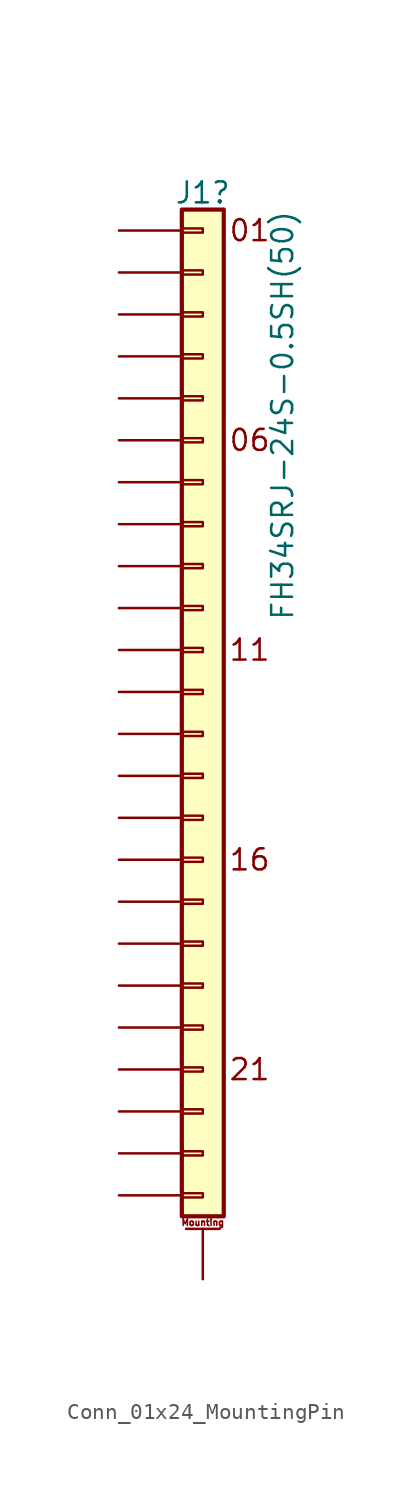
<source format=kicad_sym>
(kicad_symbol_lib
  (version 20231120)
  (generator "kicad_symbol_editor")
  (generator_version "8.0")
  (symbol "Conn_01x24_MountingPin"
    (pin_numbers hide)
    (pin_names
      (offset 1.016) hide)
    (property "Reference" "J1"
      (at 0 30.226 0)
      (effects (font (size 1.27 1.27))))
    (property "Value" "FH34SRJ-24S-0.5SH(50)"
      (at 4.826 29.21 90)
      (effects (font (size 1.27 1.27)) (justify right)))
    (symbol "Conn_01x24_MountingPin_1_1"
      (rectangle (start -1.27 -30.353) (end 0 -30.607) (stroke (width 0.152) (type default)) (fill (type none)))
      (rectangle (start -1.27 -27.813) (end 0 -28.067) (stroke (width 0.152) (type default)) (fill (type none)))
      (rectangle (start -1.27 -25.273) (end 0 -25.527) (stroke (width 0.152) (type default)) (fill (type none)))
      (rectangle (start -1.27 -22.733) (end 0 -22.987) (stroke (width 0.152) (type default)) (fill (type none)))
      (rectangle (start -1.27 -20.193) (end 0 -20.447) (stroke (width 0.152) (type default)) (fill (type none)))
      (rectangle (start -1.27 -17.653) (end 0 -17.907) (stroke (width 0.152) (type default)) (fill (type none)))
      (rectangle (start -1.27 -15.113) (end 0 -15.367) (stroke (width 0.152) (type default)) (fill (type none)))
      (rectangle (start -1.27 -12.573) (end 0 -12.827) (stroke (width 0.152) (type default)) (fill (type none)))
      (rectangle (start -1.27 -10.033) (end 0 -10.287) (stroke (width 0.152) (type default)) (fill (type none)))
      (rectangle (start -1.27 -7.493) (end 0 -7.747) (stroke (width 0.152) (type default)) (fill (type none)))
      (rectangle (start -1.27 -4.953) (end 0 -5.207) (stroke (width 0.152) (type default)) (fill (type none)))
      (rectangle (start -1.27 -2.413) (end 0 -2.667) (stroke (width 0.152) (type default)) (fill (type none)))
      (rectangle (start -1.27 0.127) (end 0 -0.127) (stroke (width 0.152) (type default)) (fill (type none)))
      (rectangle (start -1.27 2.667) (end 0 2.413) (stroke (width 0.152) (type default)) (fill (type none)))
      (rectangle (start -1.27 5.207) (end 0 4.953) (stroke (width 0.152) (type default)) (fill (type none)))
      (rectangle (start -1.27 7.747) (end 0 7.493) (stroke (width 0.152) (type default)) (fill (type none)))
      (rectangle (start -1.27 10.287) (end 0 10.033) (stroke (width 0.152) (type default)) (fill (type none)))
      (rectangle (start -1.27 12.827) (end 0 12.573) (stroke (width 0.152) (type default)) (fill (type none)))
      (rectangle (start -1.27 15.367) (end 0 15.113) (stroke (width 0.152) (type default)) (fill (type none)))
      (rectangle (start -1.27 17.907) (end 0 17.653) (stroke (width 0.152) (type default)) (fill (type none)))
      (rectangle (start -1.27 20.447) (end 0 20.193) (stroke (width 0.152) (type default)) (fill (type none)))
      (rectangle (start -1.27 22.987) (end 0 22.733) (stroke (width 0.152) (type default)) (fill (type none)))
      (rectangle (start -1.27 25.527) (end 0 25.273) (stroke (width 0.152) (type default)) (fill (type none)))
      (rectangle (start -1.27 28.067) (end 0 27.813) (stroke (width 0.152) (type default)) (fill (type none)))
      (rectangle (start -1.27 29.21) (end 1.27 -31.75) (stroke (width 0.254) (type default)) (fill (type background)))
      (polyline (pts (xy -1.016 -32.512) (xy 1.016 -32.512)) (stroke (width 0.152) (type default)) (fill (type none)))
      (text "01" (at 1.524 27.94 0) (effects (font (size 1.27 1.27)) (justify left)))
      (text "06" (at 1.524 15.24 0) (effects (font (size 1.27 1.27)) (justify left)))
      (text "11" (at 1.524 2.54 0) (effects (font (size 1.27 1.27)) (justify left)))
      (text "16" (at 1.524 -10.16 0) (effects (font (size 1.27 1.27)) (justify left)))
      (text "21" (at 1.524 -22.86 0) (effects (font (size 1.27 1.27)) (justify left)))
      (text "Mounting" (at 0 -32.131 0) (effects (font (size 0.381 0.381))))
      (pin passive line (at -5.08 27.94 0) (length 3.81) (name "Pin_1" (effects (font (size 1.27 1.27)))) (number "1" (effects (font (size 1.27 1.27)))))
      (pin passive line (at -5.08 5.08 0) (length 3.81) (name "Pin_10" (effects (font (size 1.27 1.27)))) (number "10" (effects (font (size 1.27 1.27)))))
      (pin passive line (at -5.08 2.54 0) (length 3.81) (name "Pin_11" (effects (font (size 1.27 1.27)))) (number "11" (effects (font (size 1.27 1.27)))))
      (pin passive line (at -5.08 0 0) (length 3.81) (name "Pin_12" (effects (font (size 1.27 1.27)))) (number "12" (effects (font (size 1.27 1.27)))))
      (pin passive line (at -5.08 -2.54 0) (length 3.81) (name "Pin_13" (effects (font (size 1.27 1.27)))) (number "13" (effects (font (size 1.27 1.27)))))
      (pin passive line (at -5.08 -5.08 0) (length 3.81) (name "Pin_14" (effects (font (size 1.27 1.27)))) (number "14" (effects (font (size 1.27 1.27)))))
      (pin passive line (at -5.08 -7.62 0) (length 3.81) (name "Pin_15" (effects (font (size 1.27 1.27)))) (number "15" (effects (font (size 1.27 1.27)))))
      (pin passive line (at -5.08 -10.16 0) (length 3.81) (name "Pin_16" (effects (font (size 1.27 1.27)))) (number "16" (effects (font (size 1.27 1.27)))))
      (pin passive line (at -5.08 -12.7 0) (length 3.81) (name "Pin_17" (effects (font (size 1.27 1.27)))) (number "17" (effects (font (size 1.27 1.27)))))
      (pin passive line (at -5.08 -15.24 0) (length 3.81) (name "Pin_18" (effects (font (size 1.27 1.27)))) (number "18" (effects (font (size 1.27 1.27)))))
      (pin passive line (at -5.08 -17.78 0) (length 3.81) (name "Pin_19" (effects (font (size 1.27 1.27)))) (number "19" (effects (font (size 1.27 1.27)))))
      (pin passive line (at -5.08 25.4 0) (length 3.81) (name "Pin_2" (effects (font (size 1.27 1.27)))) (number "2" (effects (font (size 1.27 1.27)))))
      (pin passive line (at -5.08 -20.32 0) (length 3.81) (name "Pin_20" (effects (font (size 1.27 1.27)))) (number "20" (effects (font (size 1.27 1.27)))))
      (pin passive line (at -5.08 -22.86 0) (length 3.81) (name "Pin_21" (effects (font (size 1.27 1.27)))) (number "21" (effects (font (size 1.27 1.27)))))
      (pin passive line (at -5.08 -25.4 0) (length 3.81) (name "Pin_22" (effects (font (size 1.27 1.27)))) (number "22" (effects (font (size 1.27 1.27)))))
      (pin passive line (at -5.08 -27.94 0) (length 3.81) (name "Pin_23" (effects (font (size 1.27 1.27)))) (number "23" (effects (font (size 1.27 1.27)))))
      (pin passive line (at -5.08 -30.48 0) (length 3.81) (name "Pin_24" (effects (font (size 1.27 1.27)))) (number "24" (effects (font (size 1.27 1.27)))))
      (pin passive line (at -5.08 22.86 0) (length 3.81) (name "Pin_3" (effects (font (size 1.27 1.27)))) (number "3" (effects (font (size 1.27 1.27)))))
      (pin passive line (at -5.08 20.32 0) (length 3.81) (name "Pin_4" (effects (font (size 1.27 1.27)))) (number "4" (effects (font (size 1.27 1.27)))))
      (pin passive line (at -5.08 17.78 0) (length 3.81) (name "Pin_5" (effects (font (size 1.27 1.27)))) (number "5" (effects (font (size 1.27 1.27)))))
      (pin passive line (at -5.08 15.24 0) (length 3.81) (name "Pin_6" (effects (font (size 1.27 1.27)))) (number "6" (effects (font (size 1.27 1.27)))))
      (pin passive line (at -5.08 12.7 0) (length 3.81) (name "Pin_7" (effects (font (size 1.27 1.27)))) (number "7" (effects (font (size 1.27 1.27)))))
      (pin passive line (at -5.08 10.16 0) (length 3.81) (name "Pin_8" (effects (font (size 1.27 1.27)))) (number "8" (effects (font (size 1.27 1.27)))))
      (pin passive line (at -5.08 7.62 0) (length 3.81) (name "Pin_9" (effects (font (size 1.27 1.27)))) (number "9" (effects (font (size 1.27 1.27)))))
      (pin passive line (at 0 -35.56 90) (length 3.048) (name "MountPin" (effects (font (size 1.27 1.27)))) (number "MP" (effects (font (size 1.27 1.27))))))))
</source>
